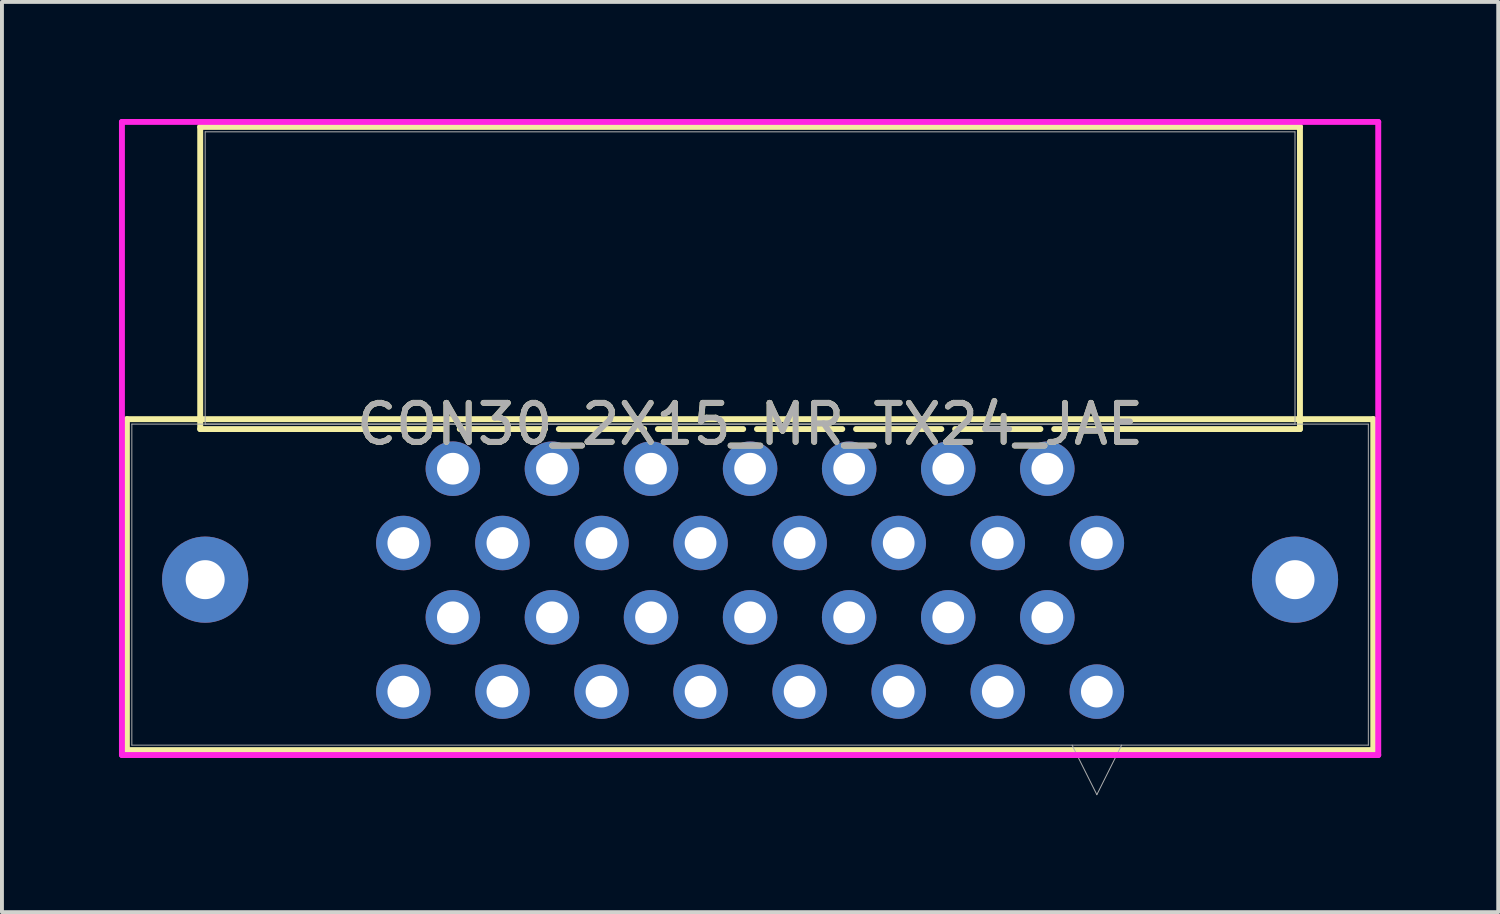
<source format=kicad_pcb>
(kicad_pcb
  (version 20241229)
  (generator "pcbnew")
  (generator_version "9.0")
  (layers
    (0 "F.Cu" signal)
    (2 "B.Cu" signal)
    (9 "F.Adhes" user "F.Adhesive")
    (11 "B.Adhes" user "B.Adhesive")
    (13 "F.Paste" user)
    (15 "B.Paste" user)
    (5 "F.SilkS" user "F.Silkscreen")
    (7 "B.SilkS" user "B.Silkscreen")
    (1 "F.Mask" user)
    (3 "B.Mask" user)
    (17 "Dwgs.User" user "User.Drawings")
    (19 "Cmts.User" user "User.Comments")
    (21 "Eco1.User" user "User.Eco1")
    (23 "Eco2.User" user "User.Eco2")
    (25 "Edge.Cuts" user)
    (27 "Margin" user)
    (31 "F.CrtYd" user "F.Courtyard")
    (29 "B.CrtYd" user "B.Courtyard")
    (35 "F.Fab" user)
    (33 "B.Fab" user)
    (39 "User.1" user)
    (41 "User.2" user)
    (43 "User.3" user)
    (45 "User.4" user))
  (footprint "CON30_2X15_MR_TX24_JAE"
    (layer "F.Cu")
    (at 16.18 7.823)
    (property "Reference" "CON30_2X15_MR_TX24_JAE" (at 0 0 0) (unlocked yes) (layer "F.SilkS") (effects (font (size 1 1) (thickness 0.15))))
    (attr through_hole)
    (fp_line (start -15.977 -0.127) (end -15.977 8.357) (stroke (width 0.152) (type solid)) (layer "F.SilkS"))
    (fp_line (start -15.977 8.357) (end 15.977 8.357) (stroke (width 0.152) (type solid)) (layer "F.SilkS"))
    (fp_line (start -14.097 -7.62) (end -14.097 0.127) (stroke (width 0.152) (type solid)) (layer "F.SilkS"))
    (fp_line (start -14.097 0.127) (end -7.797 0.127) (stroke (width 0.152) (type solid)) (layer "F.SilkS"))
    (fp_line (start -7.443 0.127) (end -5.257 0.127) (stroke (width 0.152) (type solid)) (layer "F.SilkS"))
    (fp_line (start -4.903 0.127) (end -2.717 0.127) (stroke (width 0.152) (type solid)) (layer "F.SilkS"))
    (fp_line (start -2.363 0.127) (end -0.177 0.127) (stroke (width 0.152) (type solid)) (layer "F.SilkS"))
    (fp_line (start 0.177 0.127) (end 2.363 0.127) (stroke (width 0.152) (type solid)) (layer "F.SilkS"))
    (fp_line (start 2.717 0.127) (end 4.903 0.127) (stroke (width 0.152) (type solid)) (layer "F.SilkS"))
    (fp_line (start 5.257 0.127) (end 7.443 0.127) (stroke (width 0.152) (type solid)) (layer "F.SilkS"))
    (fp_line (start 7.797 0.127) (end 14.097 0.127) (stroke (width 0.152) (type solid)) (layer "F.SilkS"))
    (fp_line (start 14.097 -7.62) (end -14.097 -7.62) (stroke (width 0.152) (type solid)) (layer "F.SilkS"))
    (fp_line (start 14.097 0.127) (end 14.097 -7.62) (stroke (width 0.152) (type solid)) (layer "F.SilkS"))
    (fp_line (start 15.977 -0.127) (end -15.977 -0.127) (stroke (width 0.152) (type solid)) (layer "F.SilkS"))
    (fp_line (start 15.977 8.357) (end 15.977 -0.127) (stroke (width 0.152) (type solid)) (layer "F.SilkS"))
    (fp_line (start -16.104 -7.747) (end -16.104 8.484) (stroke (width 0.152) (type solid)) (layer "F.CrtYd"))
    (fp_line (start -16.104 8.484) (end 16.104 8.484) (stroke (width 0.152) (type solid)) (layer "F.CrtYd"))
    (fp_line (start 16.104 -7.747) (end -16.104 -7.747) (stroke (width 0.152) (type solid)) (layer "F.CrtYd"))
    (fp_line (start 16.104 8.484) (end 16.104 -7.747) (stroke (width 0.152) (type solid)) (layer "F.CrtYd"))
    (fp_line (start -15.85 0) (end -15.85 8.23) (stroke (width 0.025) (type solid)) (layer "F.Fab"))
    (fp_line (start -15.85 8.23) (end 15.85 8.23) (stroke (width 0.025) (type solid)) (layer "F.Fab"))
    (fp_line (start -13.97 -7.493) (end -13.97 0) (stroke (width 0.025) (type solid)) (layer "F.Fab"))
    (fp_line (start -13.97 0) (end 13.97 0) (stroke (width 0.025) (type solid)) (layer "F.Fab"))
    (fp_line (start 8.255 8.23) (end 8.89 9.5) (stroke (width 0.025) (type solid)) (layer "F.Fab"))
    (fp_line (start 9.525 8.23) (end 8.89 9.5) (stroke (width 0.025) (type solid)) (layer "F.Fab"))
    (fp_line (start 13.97 -7.493) (end -13.97 -7.493) (stroke (width 0.025) (type solid)) (layer "F.Fab"))
    (fp_line (start 13.97 0) (end 13.97 -7.493) (stroke (width 0.025) (type solid)) (layer "F.Fab"))
    (fp_line (start 15.85 0) (end -15.85 0) (stroke (width 0.025) (type solid)) (layer "F.Fab"))
    (fp_line (start 15.85 8.23) (end 15.85 0) (stroke (width 0.025) (type solid)) (layer "F.Fab"))
    (fp_text user "${REFERENCE}" (at 0 0 0) (unlocked yes) (layer "F.Fab") (effects (font (size 1 1) (thickness 0.15))))
    (pad "1" thru_hole circle (at 8.89 6.858) (size 1.397 1.397) (drill 0.813) (layers "*.Cu" "*.Mask"))
    (pad "2" thru_hole circle (at 7.62 4.953) (size 1.397 1.397) (drill 0.813) (layers "*.Cu" "*.Mask"))
    (pad "3" thru_hole circle (at 6.35 6.858) (size 1.397 1.397) (drill 0.813) (layers "*.Cu" "*.Mask"))
    (pad "4" thru_hole circle (at 5.08 4.953) (size 1.397 1.397) (drill 0.813) (layers "*.Cu" "*.Mask"))
    (pad "5" thru_hole circle (at 3.81 6.858) (size 1.397 1.397) (drill 0.813) (layers "*.Cu" "*.Mask"))
    (pad "6" thru_hole circle (at 2.54 4.953) (size 1.397 1.397) (drill 0.813) (layers "*.Cu" "*.Mask"))
    (pad "7" thru_hole circle (at 1.27 6.858) (size 1.397 1.397) (drill 0.813) (layers "*.Cu" "*.Mask"))
    (pad "8" thru_hole circle (at 0 4.953) (size 1.397 1.397) (drill 0.813) (layers "*.Cu" "*.Mask"))
    (pad "9" thru_hole circle (at -1.27 6.858) (size 1.397 1.397) (drill 0.813) (layers "*.Cu" "*.Mask"))
    (pad "10" thru_hole circle (at -2.54 4.953) (size 1.397 1.397) (drill 0.813) (layers "*.Cu" "*.Mask"))
    (pad "11" thru_hole circle (at -3.81 6.858) (size 1.397 1.397) (drill 0.813) (layers "*.Cu" "*.Mask"))
    (pad "12" thru_hole circle (at -5.08 4.953) (size 1.397 1.397) (drill 0.813) (layers "*.Cu" "*.Mask"))
    (pad "13" thru_hole circle (at -6.35 6.858) (size 1.397 1.397) (drill 0.813) (layers "*.Cu" "*.Mask"))
    (pad "14" thru_hole circle (at -7.62 4.953) (size 1.397 1.397) (drill 0.813) (layers "*.Cu" "*.Mask"))
    (pad "15" thru_hole circle (at -8.89 6.858) (size 1.397 1.397) (drill 0.813) (layers "*.Cu" "*.Mask"))
    (pad "16" thru_hole circle (at 8.89 3.048) (size 1.397 1.397) (drill 0.813) (layers "*.Cu" "*.Mask"))
    (pad "17" thru_hole circle (at 7.62 1.143) (size 1.397 1.397) (drill 0.813) (layers "*.Cu" "*.Mask"))
    (pad "18" thru_hole circle (at 6.35 3.048) (size 1.397 1.397) (drill 0.813) (layers "*.Cu" "*.Mask"))
    (pad "19" thru_hole circle (at 5.08 1.143) (size 1.397 1.397) (drill 0.813) (layers "*.Cu" "*.Mask"))
    (pad "20" thru_hole circle (at 3.81 3.048) (size 1.397 1.397) (drill 0.813) (layers "*.Cu" "*.Mask"))
    (pad "21" thru_hole circle (at 2.54 1.143) (size 1.397 1.397) (drill 0.813) (layers "*.Cu" "*.Mask"))
    (pad "22" thru_hole circle (at 1.27 3.048) (size 1.397 1.397) (drill 0.813) (layers "*.Cu" "*.Mask"))
    (pad "23" thru_hole circle (at 0 1.143) (size 1.397 1.397) (drill 0.813) (layers "*.Cu" "*.Mask"))
    (pad "24" thru_hole circle (at -1.27 3.048) (size 1.397 1.397) (drill 0.813) (layers "*.Cu" "*.Mask"))
    (pad "25" thru_hole circle (at -2.54 1.143) (size 1.397 1.397) (drill 0.813) (layers "*.Cu" "*.Mask"))
    (pad "26" thru_hole circle (at -3.81 3.048) (size 1.397 1.397) (drill 0.813) (layers "*.Cu" "*.Mask"))
    (pad "27" thru_hole circle (at -5.08 1.143) (size 1.397 1.397) (drill 0.813) (layers "*.Cu" "*.Mask"))
    (pad "28" thru_hole circle (at -6.35 3.048) (size 1.397 1.397) (drill 0.813) (layers "*.Cu" "*.Mask"))
    (pad "29" thru_hole circle (at -7.62 1.143) (size 1.397 1.397) (drill 0.813) (layers "*.Cu" "*.Mask"))
    (pad "30" thru_hole circle (at -8.89 3.048) (size 1.397 1.397) (drill 0.813) (layers "*.Cu" "*.Mask"))
    (pad "31" thru_hole circle (at -13.97 3.988) (size 2.21 2.21) (drill 1) (layers "*.Cu" "*.Mask"))
    (pad "32" thru_hole circle (at 13.97 3.988) (size 2.21 2.21) (drill 1) (layers "*.Cu" "*.Mask")))
  (gr_rect
    (start -3 -3)
    (end 35.36 20.335)
    (stroke (width 0.1) (type default))
    (fill no)
    (layer "Edge.Cuts")))
</source>
